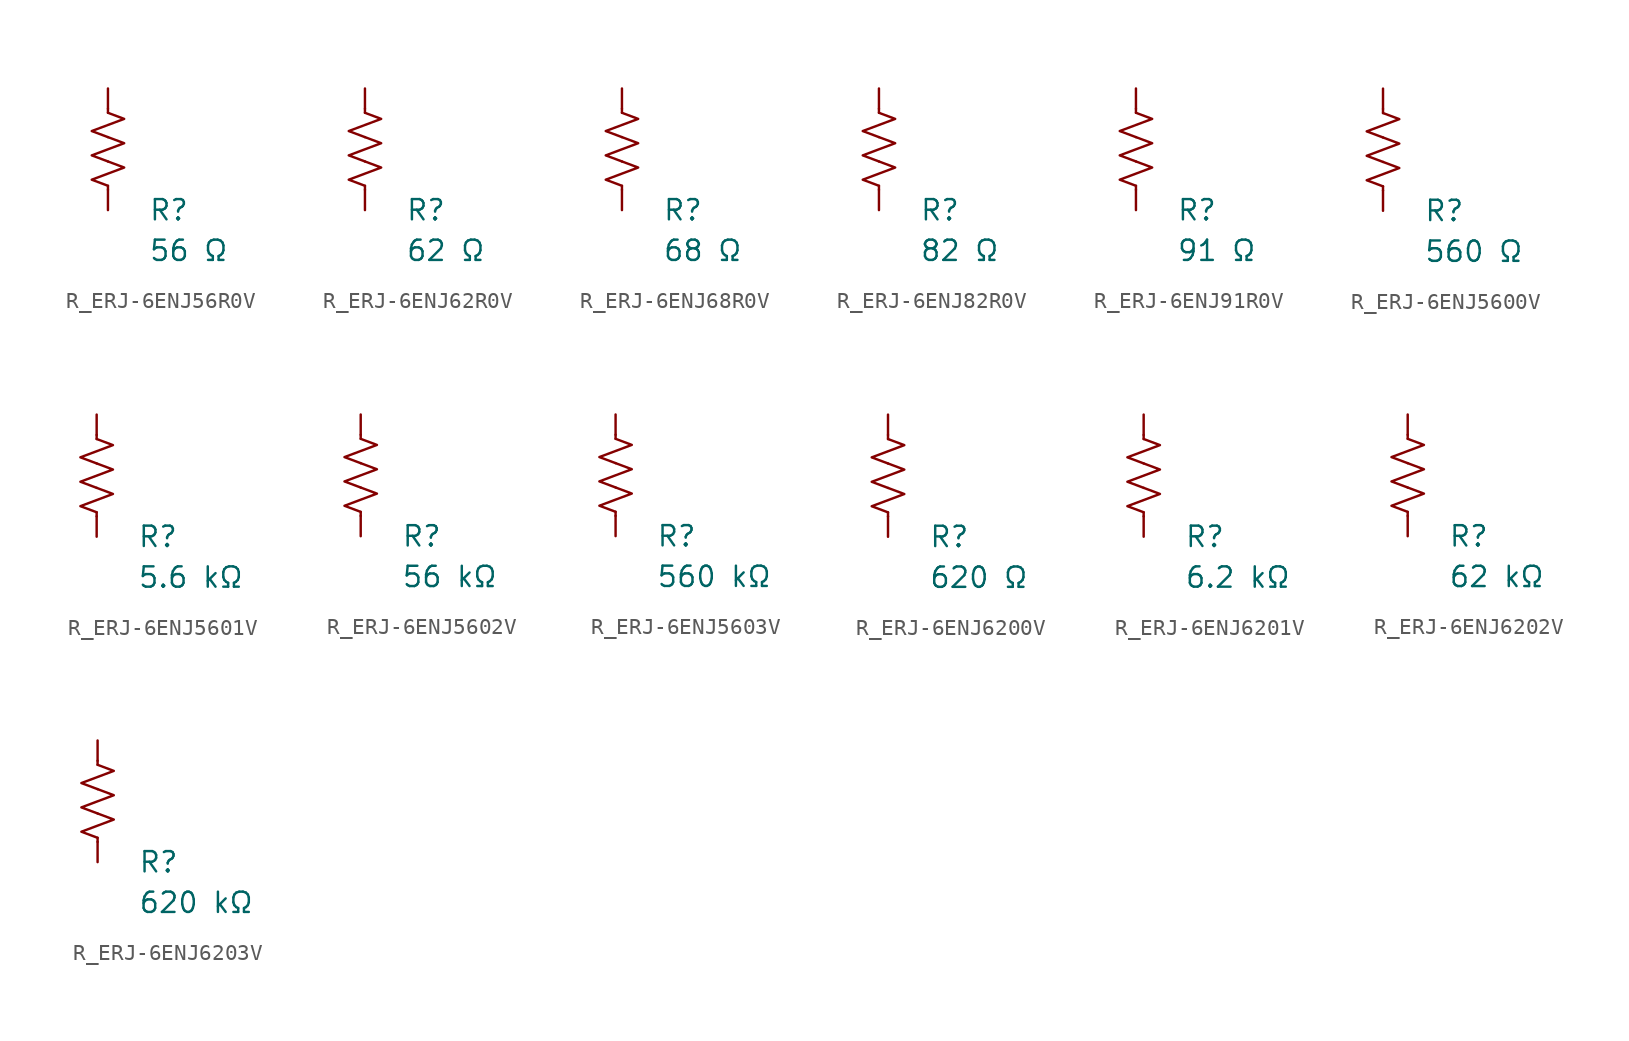
<source format=kicad_sym>
(kicad_symbol_lib
  (version 20231120)
  (generator "kicad_symbol_editor")
  (generator_version "8.0")
  (symbol "R_ERJ-6ENJ56R0V"
    (pin_numbers hide)
    (pin_names
      (offset 0))
    (property "Reference" "R"
      (at 2.54 -3.81 0)
      (effects (font (size 1.27 1.27)) (justify left))
      (show_name no))
    (property "Value" "56 Ω"
      (at 2.54 -6.35 0)
      (effects (font (size 1.27 1.27)) (justify left))
      (show_name no))
    (symbol "R_ERJ-6ENJ56R0V_0_1"
      (polyline (pts (xy 0 -2.286) (xy 0 -2.54)) (stroke (width 0) (type default)) (fill (type none)))
      (polyline (pts (xy 0 2.286) (xy 0 2.54)) (stroke (width 0) (type default)) (fill (type none)))
      (polyline (pts (xy 0 -0.762) (xy 1.016 -1.143) (xy 0 -1.524) (xy -1.016 -1.905) (xy 0 -2.286)) (stroke (width 0) (type default)) (fill (type none)))
      (polyline (pts (xy 0 0.762) (xy 1.016 0.381) (xy 0 0) (xy -1.016 -0.381) (xy 0 -0.762)) (stroke (width 0) (type default)) (fill (type none)))
      (polyline (pts (xy 0 2.286) (xy 1.016 1.905) (xy 0 1.524) (xy -1.016 1.143) (xy 0 0.762)) (stroke (width 0) (type default)) (fill (type none))))
    (symbol "R_ERJ-6ENJ56R0V_1_1"
      (pin passive line (at 0 3.81 270) (length 1.27) (name "~" (effects (font (size 1.27 1.27)))) (number "1" (effects (font (size 1.27 1.27)))))
      (pin passive line (at 0 -3.81 90) (length 1.27) (name "~" (effects (font (size 1.27 1.27)))) (number "2" (effects (font (size 1.27 1.27)))))))
  (symbol "R_ERJ-6ENJ62R0V"
    (pin_numbers hide)
    (pin_names
      (offset 0))
    (property "Reference" "R"
      (at 2.54 -3.81 0)
      (effects (font (size 1.27 1.27)) (justify left))
      (show_name no))
    (property "Value" "62 Ω"
      (at 2.54 -6.35 0)
      (effects (font (size 1.27 1.27)) (justify left))
      (show_name no))
    (symbol "R_ERJ-6ENJ62R0V_0_1"
      (polyline (pts (xy 0 -2.286) (xy 0 -2.54)) (stroke (width 0) (type default)) (fill (type none)))
      (polyline (pts (xy 0 2.286) (xy 0 2.54)) (stroke (width 0) (type default)) (fill (type none)))
      (polyline (pts (xy 0 -0.762) (xy 1.016 -1.143) (xy 0 -1.524) (xy -1.016 -1.905) (xy 0 -2.286)) (stroke (width 0) (type default)) (fill (type none)))
      (polyline (pts (xy 0 0.762) (xy 1.016 0.381) (xy 0 0) (xy -1.016 -0.381) (xy 0 -0.762)) (stroke (width 0) (type default)) (fill (type none)))
      (polyline (pts (xy 0 2.286) (xy 1.016 1.905) (xy 0 1.524) (xy -1.016 1.143) (xy 0 0.762)) (stroke (width 0) (type default)) (fill (type none))))
    (symbol "R_ERJ-6ENJ62R0V_1_1"
      (pin passive line (at 0 3.81 270) (length 1.27) (name "~" (effects (font (size 1.27 1.27)))) (number "1" (effects (font (size 1.27 1.27)))))
      (pin passive line (at 0 -3.81 90) (length 1.27) (name "~" (effects (font (size 1.27 1.27)))) (number "2" (effects (font (size 1.27 1.27)))))))
  (symbol "R_ERJ-6ENJ68R0V"
    (pin_numbers hide)
    (pin_names
      (offset 0))
    (property "Reference" "R"
      (at 2.54 -3.81 0)
      (effects (font (size 1.27 1.27)) (justify left))
      (show_name no))
    (property "Value" "68 Ω"
      (at 2.54 -6.35 0)
      (effects (font (size 1.27 1.27)) (justify left))
      (show_name no))
    (symbol "R_ERJ-6ENJ68R0V_0_1"
      (polyline (pts (xy 0 -2.286) (xy 0 -2.54)) (stroke (width 0) (type default)) (fill (type none)))
      (polyline (pts (xy 0 2.286) (xy 0 2.54)) (stroke (width 0) (type default)) (fill (type none)))
      (polyline (pts (xy 0 -0.762) (xy 1.016 -1.143) (xy 0 -1.524) (xy -1.016 -1.905) (xy 0 -2.286)) (stroke (width 0) (type default)) (fill (type none)))
      (polyline (pts (xy 0 0.762) (xy 1.016 0.381) (xy 0 0) (xy -1.016 -0.381) (xy 0 -0.762)) (stroke (width 0) (type default)) (fill (type none)))
      (polyline (pts (xy 0 2.286) (xy 1.016 1.905) (xy 0 1.524) (xy -1.016 1.143) (xy 0 0.762)) (stroke (width 0) (type default)) (fill (type none))))
    (symbol "R_ERJ-6ENJ68R0V_1_1"
      (pin passive line (at 0 3.81 270) (length 1.27) (name "~" (effects (font (size 1.27 1.27)))) (number "1" (effects (font (size 1.27 1.27)))))
      (pin passive line (at 0 -3.81 90) (length 1.27) (name "~" (effects (font (size 1.27 1.27)))) (number "2" (effects (font (size 1.27 1.27)))))))
  (symbol "R_ERJ-6ENJ82R0V"
    (pin_numbers hide)
    (pin_names
      (offset 0))
    (property "Reference" "R"
      (at 2.54 -3.81 0)
      (effects (font (size 1.27 1.27)) (justify left))
      (show_name no))
    (property "Value" "82 Ω"
      (at 2.54 -6.35 0)
      (effects (font (size 1.27 1.27)) (justify left))
      (show_name no))
    (symbol "R_ERJ-6ENJ82R0V_0_1"
      (polyline (pts (xy 0 -2.286) (xy 0 -2.54)) (stroke (width 0) (type default)) (fill (type none)))
      (polyline (pts (xy 0 2.286) (xy 0 2.54)) (stroke (width 0) (type default)) (fill (type none)))
      (polyline (pts (xy 0 -0.762) (xy 1.016 -1.143) (xy 0 -1.524) (xy -1.016 -1.905) (xy 0 -2.286)) (stroke (width 0) (type default)) (fill (type none)))
      (polyline (pts (xy 0 0.762) (xy 1.016 0.381) (xy 0 0) (xy -1.016 -0.381) (xy 0 -0.762)) (stroke (width 0) (type default)) (fill (type none)))
      (polyline (pts (xy 0 2.286) (xy 1.016 1.905) (xy 0 1.524) (xy -1.016 1.143) (xy 0 0.762)) (stroke (width 0) (type default)) (fill (type none))))
    (symbol "R_ERJ-6ENJ82R0V_1_1"
      (pin passive line (at 0 3.81 270) (length 1.27) (name "~" (effects (font (size 1.27 1.27)))) (number "1" (effects (font (size 1.27 1.27)))))
      (pin passive line (at 0 -3.81 90) (length 1.27) (name "~" (effects (font (size 1.27 1.27)))) (number "2" (effects (font (size 1.27 1.27)))))))
  (symbol "R_ERJ-6ENJ91R0V"
    (pin_numbers hide)
    (pin_names
      (offset 0))
    (property "Reference" "R"
      (at 2.54 -3.81 0)
      (effects (font (size 1.27 1.27)) (justify left))
      (show_name no))
    (property "Value" "91 Ω"
      (at 2.54 -6.35 0)
      (effects (font (size 1.27 1.27)) (justify left))
      (show_name no))
    (symbol "R_ERJ-6ENJ91R0V_0_1"
      (polyline (pts (xy 0 -2.286) (xy 0 -2.54)) (stroke (width 0) (type default)) (fill (type none)))
      (polyline (pts (xy 0 2.286) (xy 0 2.54)) (stroke (width 0) (type default)) (fill (type none)))
      (polyline (pts (xy 0 -0.762) (xy 1.016 -1.143) (xy 0 -1.524) (xy -1.016 -1.905) (xy 0 -2.286)) (stroke (width 0) (type default)) (fill (type none)))
      (polyline (pts (xy 0 0.762) (xy 1.016 0.381) (xy 0 0) (xy -1.016 -0.381) (xy 0 -0.762)) (stroke (width 0) (type default)) (fill (type none)))
      (polyline (pts (xy 0 2.286) (xy 1.016 1.905) (xy 0 1.524) (xy -1.016 1.143) (xy 0 0.762)) (stroke (width 0) (type default)) (fill (type none))))
    (symbol "R_ERJ-6ENJ91R0V_1_1"
      (pin passive line (at 0 3.81 270) (length 1.27) (name "~" (effects (font (size 1.27 1.27)))) (number "1" (effects (font (size 1.27 1.27)))))
      (pin passive line (at 0 -3.81 90) (length 1.27) (name "~" (effects (font (size 1.27 1.27)))) (number "2" (effects (font (size 1.27 1.27)))))))
  (symbol "R_ERJ-6ENJ5600V"
    (pin_numbers hide)
    (pin_names
      (offset 0))
    (property "Reference" "R"
      (at 2.54 -3.81 0)
      (effects (font (size 1.27 1.27)) (justify left))
      (show_name no))
    (property "Value" "560 Ω"
      (at 2.54 -6.35 0)
      (effects (font (size 1.27 1.27)) (justify left))
      (show_name no))
    (symbol "R_ERJ-6ENJ5600V_0_1"
      (polyline (pts (xy 0 -2.286) (xy 0 -2.54)) (stroke (width 0) (type default)) (fill (type none)))
      (polyline (pts (xy 0 2.286) (xy 0 2.54)) (stroke (width 0) (type default)) (fill (type none)))
      (polyline (pts (xy 0 -0.762) (xy 1.016 -1.143) (xy 0 -1.524) (xy -1.016 -1.905) (xy 0 -2.286)) (stroke (width 0) (type default)) (fill (type none)))
      (polyline (pts (xy 0 0.762) (xy 1.016 0.381) (xy 0 0) (xy -1.016 -0.381) (xy 0 -0.762)) (stroke (width 0) (type default)) (fill (type none)))
      (polyline (pts (xy 0 2.286) (xy 1.016 1.905) (xy 0 1.524) (xy -1.016 1.143) (xy 0 0.762)) (stroke (width 0) (type default)) (fill (type none))))
    (symbol "R_ERJ-6ENJ5600V_1_1"
      (pin passive line (at 0 3.81 270) (length 1.27) (name "~" (effects (font (size 1.27 1.27)))) (number "1" (effects (font (size 1.27 1.27)))))
      (pin passive line (at 0 -3.81 90) (length 1.27) (name "~" (effects (font (size 1.27 1.27)))) (number "2" (effects (font (size 1.27 1.27)))))))
  (symbol "R_ERJ-6ENJ5601V"
    (pin_numbers hide)
    (pin_names
      (offset 0))
    (property "Reference" "R"
      (at 2.54 -3.81 0)
      (effects (font (size 1.27 1.27)) (justify left))
      (show_name no))
    (property "Value" "5.6 kΩ"
      (at 2.54 -6.35 0)
      (effects (font (size 1.27 1.27)) (justify left))
      (show_name no))
    (symbol "R_ERJ-6ENJ5601V_0_1"
      (polyline (pts (xy 0 -2.286) (xy 0 -2.54)) (stroke (width 0) (type default)) (fill (type none)))
      (polyline (pts (xy 0 2.286) (xy 0 2.54)) (stroke (width 0) (type default)) (fill (type none)))
      (polyline (pts (xy 0 -0.762) (xy 1.016 -1.143) (xy 0 -1.524) (xy -1.016 -1.905) (xy 0 -2.286)) (stroke (width 0) (type default)) (fill (type none)))
      (polyline (pts (xy 0 0.762) (xy 1.016 0.381) (xy 0 0) (xy -1.016 -0.381) (xy 0 -0.762)) (stroke (width 0) (type default)) (fill (type none)))
      (polyline (pts (xy 0 2.286) (xy 1.016 1.905) (xy 0 1.524) (xy -1.016 1.143) (xy 0 0.762)) (stroke (width 0) (type default)) (fill (type none))))
    (symbol "R_ERJ-6ENJ5601V_1_1"
      (pin passive line (at 0 3.81 270) (length 1.27) (name "~" (effects (font (size 1.27 1.27)))) (number "1" (effects (font (size 1.27 1.27)))))
      (pin passive line (at 0 -3.81 90) (length 1.27) (name "~" (effects (font (size 1.27 1.27)))) (number "2" (effects (font (size 1.27 1.27)))))))
  (symbol "R_ERJ-6ENJ5602V"
    (pin_numbers hide)
    (pin_names
      (offset 0))
    (property "Reference" "R"
      (at 2.54 -3.81 0)
      (effects (font (size 1.27 1.27)) (justify left))
      (show_name no))
    (property "Value" "56 kΩ"
      (at 2.54 -6.35 0)
      (effects (font (size 1.27 1.27)) (justify left))
      (show_name no))
    (symbol "R_ERJ-6ENJ5602V_0_1"
      (polyline (pts (xy 0 -2.286) (xy 0 -2.54)) (stroke (width 0) (type default)) (fill (type none)))
      (polyline (pts (xy 0 2.286) (xy 0 2.54)) (stroke (width 0) (type default)) (fill (type none)))
      (polyline (pts (xy 0 -0.762) (xy 1.016 -1.143) (xy 0 -1.524) (xy -1.016 -1.905) (xy 0 -2.286)) (stroke (width 0) (type default)) (fill (type none)))
      (polyline (pts (xy 0 0.762) (xy 1.016 0.381) (xy 0 0) (xy -1.016 -0.381) (xy 0 -0.762)) (stroke (width 0) (type default)) (fill (type none)))
      (polyline (pts (xy 0 2.286) (xy 1.016 1.905) (xy 0 1.524) (xy -1.016 1.143) (xy 0 0.762)) (stroke (width 0) (type default)) (fill (type none))))
    (symbol "R_ERJ-6ENJ5602V_1_1"
      (pin passive line (at 0 3.81 270) (length 1.27) (name "~" (effects (font (size 1.27 1.27)))) (number "1" (effects (font (size 1.27 1.27)))))
      (pin passive line (at 0 -3.81 90) (length 1.27) (name "~" (effects (font (size 1.27 1.27)))) (number "2" (effects (font (size 1.27 1.27)))))))
  (symbol "R_ERJ-6ENJ5603V"
    (pin_numbers hide)
    (pin_names
      (offset 0))
    (property "Reference" "R"
      (at 2.54 -3.81 0)
      (effects (font (size 1.27 1.27)) (justify left))
      (show_name no))
    (property "Value" "560 kΩ"
      (at 2.54 -6.35 0)
      (effects (font (size 1.27 1.27)) (justify left))
      (show_name no))
    (symbol "R_ERJ-6ENJ5603V_0_1"
      (polyline (pts (xy 0 -2.286) (xy 0 -2.54)) (stroke (width 0) (type default)) (fill (type none)))
      (polyline (pts (xy 0 2.286) (xy 0 2.54)) (stroke (width 0) (type default)) (fill (type none)))
      (polyline (pts (xy 0 -0.762) (xy 1.016 -1.143) (xy 0 -1.524) (xy -1.016 -1.905) (xy 0 -2.286)) (stroke (width 0) (type default)) (fill (type none)))
      (polyline (pts (xy 0 0.762) (xy 1.016 0.381) (xy 0 0) (xy -1.016 -0.381) (xy 0 -0.762)) (stroke (width 0) (type default)) (fill (type none)))
      (polyline (pts (xy 0 2.286) (xy 1.016 1.905) (xy 0 1.524) (xy -1.016 1.143) (xy 0 0.762)) (stroke (width 0) (type default)) (fill (type none))))
    (symbol "R_ERJ-6ENJ5603V_1_1"
      (pin passive line (at 0 3.81 270) (length 1.27) (name "~" (effects (font (size 1.27 1.27)))) (number "1" (effects (font (size 1.27 1.27)))))
      (pin passive line (at 0 -3.81 90) (length 1.27) (name "~" (effects (font (size 1.27 1.27)))) (number "2" (effects (font (size 1.27 1.27)))))))
  (symbol "R_ERJ-6ENJ6200V"
    (pin_numbers hide)
    (pin_names
      (offset 0))
    (property "Reference" "R"
      (at 2.54 -3.81 0)
      (effects (font (size 1.27 1.27)) (justify left))
      (show_name no))
    (property "Value" "620 Ω"
      (at 2.54 -6.35 0)
      (effects (font (size 1.27 1.27)) (justify left))
      (show_name no))
    (symbol "R_ERJ-6ENJ6200V_0_1"
      (polyline (pts (xy 0 -2.286) (xy 0 -2.54)) (stroke (width 0) (type default)) (fill (type none)))
      (polyline (pts (xy 0 2.286) (xy 0 2.54)) (stroke (width 0) (type default)) (fill (type none)))
      (polyline (pts (xy 0 -0.762) (xy 1.016 -1.143) (xy 0 -1.524) (xy -1.016 -1.905) (xy 0 -2.286)) (stroke (width 0) (type default)) (fill (type none)))
      (polyline (pts (xy 0 0.762) (xy 1.016 0.381) (xy 0 0) (xy -1.016 -0.381) (xy 0 -0.762)) (stroke (width 0) (type default)) (fill (type none)))
      (polyline (pts (xy 0 2.286) (xy 1.016 1.905) (xy 0 1.524) (xy -1.016 1.143) (xy 0 0.762)) (stroke (width 0) (type default)) (fill (type none))))
    (symbol "R_ERJ-6ENJ6200V_1_1"
      (pin passive line (at 0 3.81 270) (length 1.27) (name "~" (effects (font (size 1.27 1.27)))) (number "1" (effects (font (size 1.27 1.27)))))
      (pin passive line (at 0 -3.81 90) (length 1.27) (name "~" (effects (font (size 1.27 1.27)))) (number "2" (effects (font (size 1.27 1.27)))))))
  (symbol "R_ERJ-6ENJ6201V"
    (pin_numbers hide)
    (pin_names
      (offset 0))
    (property "Reference" "R"
      (at 2.54 -3.81 0)
      (effects (font (size 1.27 1.27)) (justify left))
      (show_name no))
    (property "Value" "6.2 kΩ"
      (at 2.54 -6.35 0)
      (effects (font (size 1.27 1.27)) (justify left))
      (show_name no))
    (symbol "R_ERJ-6ENJ6201V_0_1"
      (polyline (pts (xy 0 -2.286) (xy 0 -2.54)) (stroke (width 0) (type default)) (fill (type none)))
      (polyline (pts (xy 0 2.286) (xy 0 2.54)) (stroke (width 0) (type default)) (fill (type none)))
      (polyline (pts (xy 0 -0.762) (xy 1.016 -1.143) (xy 0 -1.524) (xy -1.016 -1.905) (xy 0 -2.286)) (stroke (width 0) (type default)) (fill (type none)))
      (polyline (pts (xy 0 0.762) (xy 1.016 0.381) (xy 0 0) (xy -1.016 -0.381) (xy 0 -0.762)) (stroke (width 0) (type default)) (fill (type none)))
      (polyline (pts (xy 0 2.286) (xy 1.016 1.905) (xy 0 1.524) (xy -1.016 1.143) (xy 0 0.762)) (stroke (width 0) (type default)) (fill (type none))))
    (symbol "R_ERJ-6ENJ6201V_1_1"
      (pin passive line (at 0 3.81 270) (length 1.27) (name "~" (effects (font (size 1.27 1.27)))) (number "1" (effects (font (size 1.27 1.27)))))
      (pin passive line (at 0 -3.81 90) (length 1.27) (name "~" (effects (font (size 1.27 1.27)))) (number "2" (effects (font (size 1.27 1.27)))))))
  (symbol "R_ERJ-6ENJ6202V"
    (pin_numbers hide)
    (pin_names
      (offset 0))
    (property "Reference" "R"
      (at 2.54 -3.81 0)
      (effects (font (size 1.27 1.27)) (justify left))
      (show_name no))
    (property "Value" "62 kΩ"
      (at 2.54 -6.35 0)
      (effects (font (size 1.27 1.27)) (justify left))
      (show_name no))
    (symbol "R_ERJ-6ENJ6202V_0_1"
      (polyline (pts (xy 0 -2.286) (xy 0 -2.54)) (stroke (width 0) (type default)) (fill (type none)))
      (polyline (pts (xy 0 2.286) (xy 0 2.54)) (stroke (width 0) (type default)) (fill (type none)))
      (polyline (pts (xy 0 -0.762) (xy 1.016 -1.143) (xy 0 -1.524) (xy -1.016 -1.905) (xy 0 -2.286)) (stroke (width 0) (type default)) (fill (type none)))
      (polyline (pts (xy 0 0.762) (xy 1.016 0.381) (xy 0 0) (xy -1.016 -0.381) (xy 0 -0.762)) (stroke (width 0) (type default)) (fill (type none)))
      (polyline (pts (xy 0 2.286) (xy 1.016 1.905) (xy 0 1.524) (xy -1.016 1.143) (xy 0 0.762)) (stroke (width 0) (type default)) (fill (type none))))
    (symbol "R_ERJ-6ENJ6202V_1_1"
      (pin passive line (at 0 3.81 270) (length 1.27) (name "~" (effects (font (size 1.27 1.27)))) (number "1" (effects (font (size 1.27 1.27)))))
      (pin passive line (at 0 -3.81 90) (length 1.27) (name "~" (effects (font (size 1.27 1.27)))) (number "2" (effects (font (size 1.27 1.27)))))))
  (symbol "R_ERJ-6ENJ6203V"
    (pin_numbers hide)
    (pin_names
      (offset 0))
    (property "Reference" "R"
      (at 2.54 -3.81 0)
      (effects (font (size 1.27 1.27)) (justify left))
      (show_name no))
    (property "Value" "620 kΩ"
      (at 2.54 -6.35 0)
      (effects (font (size 1.27 1.27)) (justify left))
      (show_name no))
    (symbol "R_ERJ-6ENJ6203V_0_1"
      (polyline (pts (xy 0 -2.286) (xy 0 -2.54)) (stroke (width 0) (type default)) (fill (type none)))
      (polyline (pts (xy 0 2.286) (xy 0 2.54)) (stroke (width 0) (type default)) (fill (type none)))
      (polyline (pts (xy 0 -0.762) (xy 1.016 -1.143) (xy 0 -1.524) (xy -1.016 -1.905) (xy 0 -2.286)) (stroke (width 0) (type default)) (fill (type none)))
      (polyline (pts (xy 0 0.762) (xy 1.016 0.381) (xy 0 0) (xy -1.016 -0.381) (xy 0 -0.762)) (stroke (width 0) (type default)) (fill (type none)))
      (polyline (pts (xy 0 2.286) (xy 1.016 1.905) (xy 0 1.524) (xy -1.016 1.143) (xy 0 0.762)) (stroke (width 0) (type default)) (fill (type none))))
    (symbol "R_ERJ-6ENJ6203V_1_1"
      (pin passive line (at 0 3.81 270) (length 1.27) (name "~" (effects (font (size 1.27 1.27)))) (number "1" (effects (font (size 1.27 1.27)))))
      (pin passive line (at 0 -3.81 90) (length 1.27) (name "~" (effects (font (size 1.27 1.27)))) (number "2" (effects (font (size 1.27 1.27))))))))
</source>
